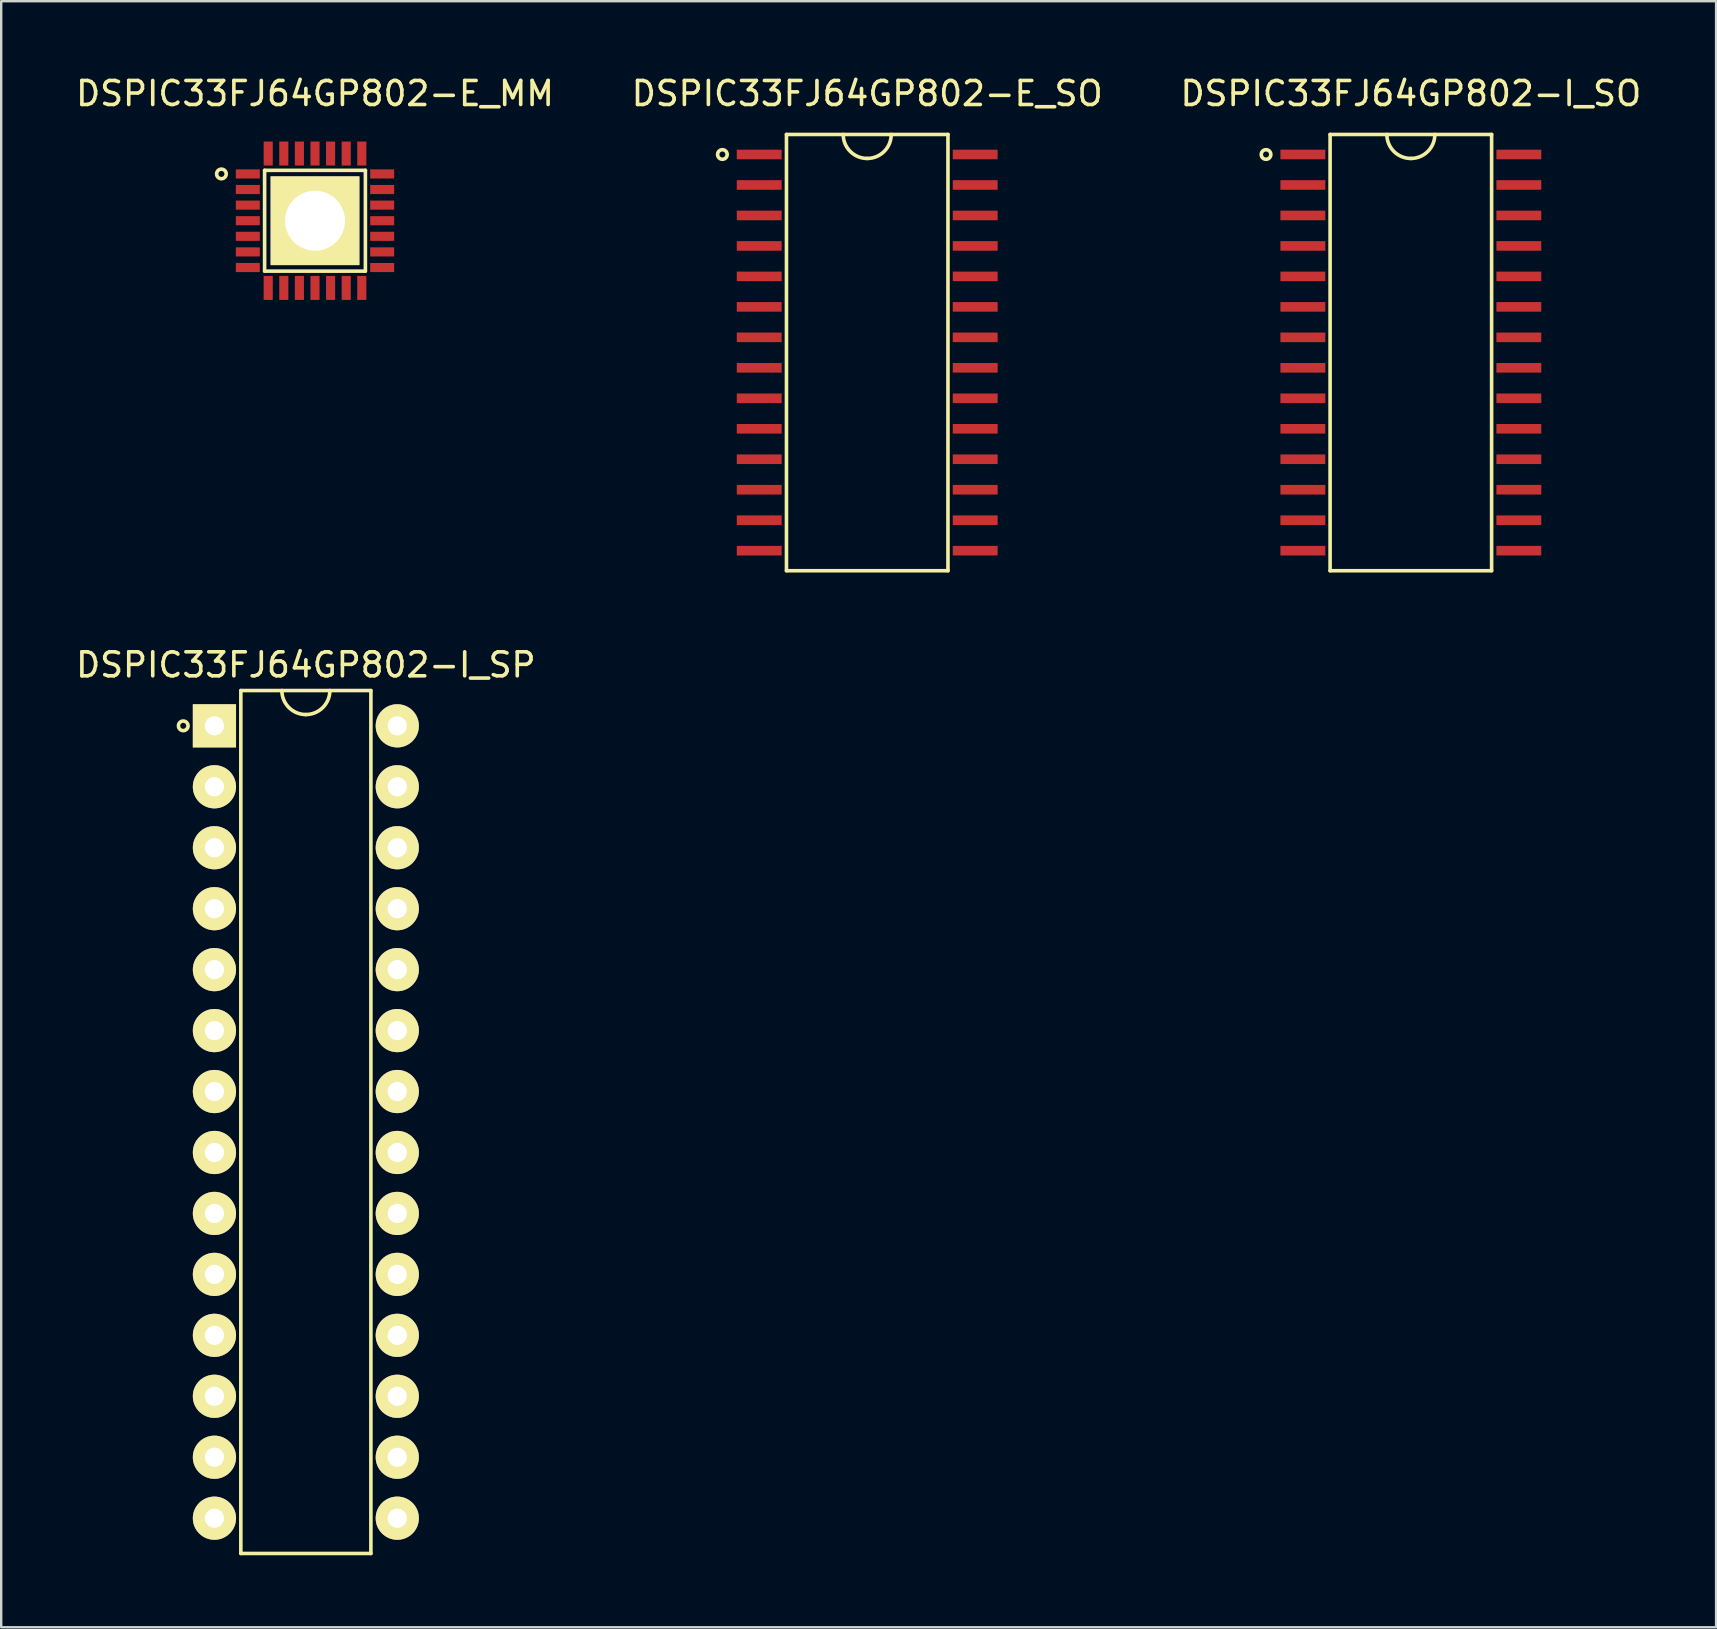
<source format=kicad_pcb>
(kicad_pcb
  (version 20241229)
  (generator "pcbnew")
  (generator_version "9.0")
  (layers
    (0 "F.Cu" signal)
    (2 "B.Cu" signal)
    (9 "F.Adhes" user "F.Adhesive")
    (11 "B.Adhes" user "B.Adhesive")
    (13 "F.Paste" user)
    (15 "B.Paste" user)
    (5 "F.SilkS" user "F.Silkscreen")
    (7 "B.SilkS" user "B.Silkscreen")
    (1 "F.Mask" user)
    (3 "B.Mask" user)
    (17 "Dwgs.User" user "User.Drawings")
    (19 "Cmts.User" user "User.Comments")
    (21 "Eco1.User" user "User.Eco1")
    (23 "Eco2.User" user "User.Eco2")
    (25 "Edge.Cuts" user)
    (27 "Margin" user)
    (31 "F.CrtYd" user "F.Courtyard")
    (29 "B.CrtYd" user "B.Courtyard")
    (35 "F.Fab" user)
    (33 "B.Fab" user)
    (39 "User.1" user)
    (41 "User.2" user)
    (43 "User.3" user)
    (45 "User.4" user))
  (footprint "DSPIC33FJ64GP802-I_SO"
    (layer "F.Cu")
    (at 51.244 3.388)
    (property "Reference" "DSPIC33FJ64GP802-I_SO" (at 4.5 -2.54 0) (layer "F.SilkS") (effects (font (size 1 1) (thickness 0.15))))
    (attr through_hole)
    (fp_line (start 1.135 -0.835) (end 7.865 -0.835) (stroke (width 0.15) (type solid)) (layer "F.SilkS"))
    (fp_line (start 1.135 17.345) (end 1.135 -0.835) (stroke (width 0.15) (type solid)) (layer "F.SilkS"))
    (fp_line (start 7.865 -0.835) (end 7.865 17.345) (stroke (width 0.15) (type solid)) (layer "F.SilkS"))
    (fp_line (start 7.865 17.345) (end 1.135 17.345) (stroke (width 0.15) (type solid)) (layer "F.SilkS"))
    (fp_arc (start 4.5 0.165) (mid 3.792893 -0.127893) (end 3.5 -0.835) (stroke (width 0.15) (type solid)) (layer "F.SilkS"))
    (fp_arc (start 5.5 -0.835) (mid 5.207107 -0.127893) (end 4.5 0.165) (stroke (width 0.15) (type solid)) (layer "F.SilkS"))
    (fp_circle (center -1.535 0) (end -1.535 0.2) (stroke (width 0.15) (type solid)) (fill no) (layer "F.SilkS"))
    (pad "1" smd rect (at 0 0) (size 1.87 0.4) (layers "F.Cu" "F.Mask" "F.Paste"))
    (pad "2" smd rect (at 0 1.27) (size 1.87 0.4) (layers "F.Cu" "F.Mask" "F.Paste"))
    (pad "3" smd rect (at 0 2.54) (size 1.87 0.4) (layers "F.Cu" "F.Mask" "F.Paste"))
    (pad "4" smd rect (at 0 3.81) (size 1.87 0.4) (layers "F.Cu" "F.Mask" "F.Paste"))
    (pad "5" smd rect (at 0 5.08) (size 1.87 0.4) (layers "F.Cu" "F.Mask" "F.Paste"))
    (pad "6" smd rect (at 0 6.35) (size 1.87 0.4) (layers "F.Cu" "F.Mask" "F.Paste"))
    (pad "7" smd rect (at 0 7.62) (size 1.87 0.4) (layers "F.Cu" "F.Mask" "F.Paste"))
    (pad "8" smd rect (at 0 8.89) (size 1.87 0.4) (layers "F.Cu" "F.Mask" "F.Paste"))
    (pad "9" smd rect (at 0 10.16) (size 1.87 0.4) (layers "F.Cu" "F.Mask" "F.Paste"))
    (pad "10" smd rect (at 0 11.43) (size 1.87 0.4) (layers "F.Cu" "F.Mask" "F.Paste"))
    (pad "11" smd rect (at 0 12.7) (size 1.87 0.4) (layers "F.Cu" "F.Mask" "F.Paste"))
    (pad "12" smd rect (at 0 13.97) (size 1.87 0.4) (layers "F.Cu" "F.Mask" "F.Paste"))
    (pad "13" smd rect (at 0 15.24) (size 1.87 0.4) (layers "F.Cu" "F.Mask" "F.Paste"))
    (pad "14" smd rect (at 0 16.51) (size 1.87 0.4) (layers "F.Cu" "F.Mask" "F.Paste"))
    (pad "15" smd rect (at 9 16.51) (size 1.87 0.4) (layers "F.Cu" "F.Mask" "F.Paste"))
    (pad "16" smd rect (at 9 15.24) (size 1.87 0.4) (layers "F.Cu" "F.Mask" "F.Paste"))
    (pad "17" smd rect (at 9 13.97) (size 1.87 0.4) (layers "F.Cu" "F.Mask" "F.Paste"))
    (pad "18" smd rect (at 9 12.7) (size 1.87 0.4) (layers "F.Cu" "F.Mask" "F.Paste"))
    (pad "19" smd rect (at 9 11.43) (size 1.87 0.4) (layers "F.Cu" "F.Mask" "F.Paste"))
    (pad "20" smd rect (at 9 10.16) (size 1.87 0.4) (layers "F.Cu" "F.Mask" "F.Paste"))
    (pad "21" smd rect (at 9 8.89) (size 1.87 0.4) (layers "F.Cu" "F.Mask" "F.Paste"))
    (pad "22" smd rect (at 9 7.62) (size 1.87 0.4) (layers "F.Cu" "F.Mask" "F.Paste"))
    (pad "23" smd rect (at 9 6.35) (size 1.87 0.4) (layers "F.Cu" "F.Mask" "F.Paste"))
    (pad "24" smd rect (at 9 5.08) (size 1.87 0.4) (layers "F.Cu" "F.Mask" "F.Paste"))
    (pad "25" smd rect (at 9 3.81) (size 1.87 0.4) (layers "F.Cu" "F.Mask" "F.Paste"))
    (pad "26" smd rect (at 9 2.54) (size 1.87 0.4) (layers "F.Cu" "F.Mask" "F.Paste"))
    (pad "27" smd rect (at 9 1.27) (size 1.87 0.4) (layers "F.Cu" "F.Mask" "F.Paste"))
    (pad "28" smd rect (at 9 0) (size 1.87 0.4) (layers "F.Cu" "F.Mask" "F.Paste")))
  (footprint "DSPIC33FJ64GP802-E_MM"
    (layer "F.Cu")
    (at 7.277 3.348)
    (property "Reference" "DSPIC33FJ64GP802-E_MM" (at 2.8 -2.5 0) (layer "F.SilkS") (effects (font (size 1 1) (thickness 0.15))))
    (attr through_hole)
    (fp_line (start 0.7 0.7) (end 0.7 4.9) (stroke (width 0.15) (type solid)) (layer "F.SilkS"))
    (fp_line (start 0.7 0.7) (end 4.9 0.7) (stroke (width 0.15) (type solid)) (layer "F.SilkS"))
    (fp_line (start 0.7 4.9) (end 4.9 4.9) (stroke (width 0.15) (type solid)) (layer "F.SilkS"))
    (fp_line (start 4.9 4.9) (end 4.9 0.7) (stroke (width 0.15) (type solid)) (layer "F.SilkS"))
    (fp_circle (center -1.1 0.85) (end -1.1 0.65) (stroke (width 0.15) (type solid)) (fill no) (layer "F.SilkS"))
    (fp_circle (center 1.7 1.7) (end 1.7 1.2) (stroke (width 0.15) (type solid)) (fill no) (layer "F.SilkS"))
    (pad "1" smd rect (at 0 0.85) (size 1 0.38) (layers "F.Cu" "F.Mask" "F.Paste"))
    (pad "2" smd rect (at 0 1.5) (size 1 0.38) (layers "F.Cu" "F.Mask" "F.Paste"))
    (pad "3" smd rect (at 0 2.15) (size 1 0.38) (layers "F.Cu" "F.Mask" "F.Paste"))
    (pad "4" smd rect (at 0 2.8) (size 1 0.38) (layers "F.Cu" "F.Mask" "F.Paste"))
    (pad "5" smd rect (at 0 3.45) (size 1 0.38) (layers "F.Cu" "F.Mask" "F.Paste"))
    (pad "6" smd rect (at 0 4.1) (size 1 0.38) (layers "F.Cu" "F.Mask" "F.Paste"))
    (pad "7" smd rect (at 0 4.75) (size 1 0.38) (layers "F.Cu" "F.Mask" "F.Paste"))
    (pad "8" smd rect (at 0.85 5.6) (size 0.38 1) (layers "F.Cu" "F.Mask" "F.Paste"))
    (pad "9" smd rect (at 1.5 5.6) (size 0.38 1) (layers "F.Cu" "F.Mask" "F.Paste"))
    (pad "10" smd rect (at 2.15 5.6) (size 0.38 1) (layers "F.Cu" "F.Mask" "F.Paste"))
    (pad "11" smd rect (at 2.8 5.6) (size 0.38 1) (layers "F.Cu" "F.Mask" "F.Paste"))
    (pad "12" smd rect (at 3.45 5.6) (size 0.38 1) (layers "F.Cu" "F.Mask" "F.Paste"))
    (pad "13" smd rect (at 4.1 5.6) (size 0.38 1) (layers "F.Cu" "F.Mask" "F.Paste"))
    (pad "14" smd rect (at 4.75 5.6) (size 0.38 1) (layers "F.Cu" "F.Mask" "F.Paste"))
    (pad "15" smd rect (at 5.6 4.75) (size 1 0.38) (layers "F.Cu" "F.Mask" "F.Paste"))
    (pad "16" smd rect (at 5.6 4.1) (size 1 0.38) (layers "F.Cu" "F.Mask" "F.Paste"))
    (pad "17" smd rect (at 5.6 3.45) (size 1 0.38) (layers "F.Cu" "F.Mask" "F.Paste"))
    (pad "18" smd rect (at 5.6 2.8) (size 1 0.38) (layers "F.Cu" "F.Mask" "F.Paste"))
    (pad "19" smd rect (at 5.6 2.15) (size 1 0.38) (layers "F.Cu" "F.Mask" "F.Paste"))
    (pad "20" smd rect (at 5.6 1.5) (size 1 0.38) (layers "F.Cu" "F.Mask" "F.Paste"))
    (pad "21" smd rect (at 5.6 0.85) (size 1 0.38) (layers "F.Cu" "F.Mask" "F.Paste"))
    (pad "22" smd rect (at 4.75 0) (size 0.38 1) (layers "F.Cu" "F.Mask" "F.Paste"))
    (pad "23" smd rect (at 4.1 0) (size 0.38 1) (layers "F.Cu" "F.Mask" "F.Paste"))
    (pad "24" smd rect (at 3.45 0) (size 0.38 1) (layers "F.Cu" "F.Mask" "F.Paste"))
    (pad "25" smd rect (at 2.8 0) (size 0.38 1) (layers "F.Cu" "F.Mask" "F.Paste"))
    (pad "26" smd rect (at 2.15 0) (size 0.38 1) (layers "F.Cu" "F.Mask" "F.Paste"))
    (pad "27" smd rect (at 1.5 0) (size 0.38 1) (layers "F.Cu" "F.Mask" "F.Paste"))
    (pad "28" smd rect (at 0.85 0) (size 0.38 1) (layers "F.Cu" "F.Mask" "F.Paste"))
    (pad "999" thru_hole rect (at 2.8 2.8) (size 3.7 3.7) (drill 2.5) (layers "*.Cu" "*.Mask" "F.SilkS")))
  (footprint "DSPIC33FJ64GP802-E_SO"
    (layer "F.Cu")
    (at 28.589 3.388)
    (property "Reference" "DSPIC33FJ64GP802-E_SO" (at 4.5 -2.54 0) (layer "F.SilkS") (effects (font (size 1 1) (thickness 0.15))))
    (attr through_hole)
    (fp_line (start 1.135 -0.835) (end 7.865 -0.835) (stroke (width 0.15) (type solid)) (layer "F.SilkS"))
    (fp_line (start 1.135 17.345) (end 1.135 -0.835) (stroke (width 0.15) (type solid)) (layer "F.SilkS"))
    (fp_line (start 7.865 -0.835) (end 7.865 17.345) (stroke (width 0.15) (type solid)) (layer "F.SilkS"))
    (fp_line (start 7.865 17.345) (end 1.135 17.345) (stroke (width 0.15) (type solid)) (layer "F.SilkS"))
    (fp_arc (start 4.5 0.165) (mid 3.792893 -0.127893) (end 3.5 -0.835) (stroke (width 0.15) (type solid)) (layer "F.SilkS"))
    (fp_arc (start 5.5 -0.835) (mid 5.207107 -0.127893) (end 4.5 0.165) (stroke (width 0.15) (type solid)) (layer "F.SilkS"))
    (fp_circle (center -1.535 0) (end -1.535 0.2) (stroke (width 0.15) (type solid)) (fill no) (layer "F.SilkS"))
    (pad "1" smd rect (at 0 0) (size 1.87 0.4) (layers "F.Cu" "F.Mask" "F.Paste"))
    (pad "2" smd rect (at 0 1.27) (size 1.87 0.4) (layers "F.Cu" "F.Mask" "F.Paste"))
    (pad "3" smd rect (at 0 2.54) (size 1.87 0.4) (layers "F.Cu" "F.Mask" "F.Paste"))
    (pad "4" smd rect (at 0 3.81) (size 1.87 0.4) (layers "F.Cu" "F.Mask" "F.Paste"))
    (pad "5" smd rect (at 0 5.08) (size 1.87 0.4) (layers "F.Cu" "F.Mask" "F.Paste"))
    (pad "6" smd rect (at 0 6.35) (size 1.87 0.4) (layers "F.Cu" "F.Mask" "F.Paste"))
    (pad "7" smd rect (at 0 7.62) (size 1.87 0.4) (layers "F.Cu" "F.Mask" "F.Paste"))
    (pad "8" smd rect (at 0 8.89) (size 1.87 0.4) (layers "F.Cu" "F.Mask" "F.Paste"))
    (pad "9" smd rect (at 0 10.16) (size 1.87 0.4) (layers "F.Cu" "F.Mask" "F.Paste"))
    (pad "10" smd rect (at 0 11.43) (size 1.87 0.4) (layers "F.Cu" "F.Mask" "F.Paste"))
    (pad "11" smd rect (at 0 12.7) (size 1.87 0.4) (layers "F.Cu" "F.Mask" "F.Paste"))
    (pad "12" smd rect (at 0 13.97) (size 1.87 0.4) (layers "F.Cu" "F.Mask" "F.Paste"))
    (pad "13" smd rect (at 0 15.24) (size 1.87 0.4) (layers "F.Cu" "F.Mask" "F.Paste"))
    (pad "14" smd rect (at 0 16.51) (size 1.87 0.4) (layers "F.Cu" "F.Mask" "F.Paste"))
    (pad "15" smd rect (at 9 16.51) (size 1.87 0.4) (layers "F.Cu" "F.Mask" "F.Paste"))
    (pad "16" smd rect (at 9 15.24) (size 1.87 0.4) (layers "F.Cu" "F.Mask" "F.Paste"))
    (pad "17" smd rect (at 9 13.97) (size 1.87 0.4) (layers "F.Cu" "F.Mask" "F.Paste"))
    (pad "18" smd rect (at 9 12.7) (size 1.87 0.4) (layers "F.Cu" "F.Mask" "F.Paste"))
    (pad "19" smd rect (at 9 11.43) (size 1.87 0.4) (layers "F.Cu" "F.Mask" "F.Paste"))
    (pad "20" smd rect (at 9 10.16) (size 1.87 0.4) (layers "F.Cu" "F.Mask" "F.Paste"))
    (pad "21" smd rect (at 9 8.89) (size 1.87 0.4) (layers "F.Cu" "F.Mask" "F.Paste"))
    (pad "22" smd rect (at 9 7.62) (size 1.87 0.4) (layers "F.Cu" "F.Mask" "F.Paste"))
    (pad "23" smd rect (at 9 6.35) (size 1.87 0.4) (layers "F.Cu" "F.Mask" "F.Paste"))
    (pad "24" smd rect (at 9 5.08) (size 1.87 0.4) (layers "F.Cu" "F.Mask" "F.Paste"))
    (pad "25" smd rect (at 9 3.81) (size 1.87 0.4) (layers "F.Cu" "F.Mask" "F.Paste"))
    (pad "26" smd rect (at 9 2.54) (size 1.87 0.4) (layers "F.Cu" "F.Mask" "F.Paste"))
    (pad "27" smd rect (at 9 1.27) (size 1.87 0.4) (layers "F.Cu" "F.Mask" "F.Paste"))
    (pad "28" smd rect (at 9 0) (size 1.87 0.4) (layers "F.Cu" "F.Mask" "F.Paste")))
  (footprint "DSPIC33FJ64GP802-I_SP"
    (layer "F.Cu")
    (at 5.886 27.197)
    (property "Reference" "DSPIC33FJ64GP802-I_SP" (at 3.81 -2.54 0) (layer "F.SilkS") (effects (font (size 1 1) (thickness 0.15))))
    (attr through_hole)
    (fp_line (start 1.1 -1.47) (end 6.52 -1.47) (stroke (width 0.15) (type solid)) (layer "F.SilkS"))
    (fp_line (start 1.1 34.49) (end 1.1 -1.47) (stroke (width 0.15) (type solid)) (layer "F.SilkS"))
    (fp_line (start 6.52 -1.47) (end 6.52 34.49) (stroke (width 0.15) (type solid)) (layer "F.SilkS"))
    (fp_line (start 6.52 34.49) (end 1.1 34.49) (stroke (width 0.15) (type solid)) (layer "F.SilkS"))
    (fp_arc (start 3.81 -0.47) (mid 3.102893 -0.762893) (end 2.81 -1.47) (stroke (width 0.15) (type solid)) (layer "F.SilkS"))
    (fp_arc (start 4.81 -1.47) (mid 4.517107 -0.762893) (end 3.81 -0.47) (stroke (width 0.15) (type solid)) (layer "F.SilkS"))
    (fp_circle (center -1.3 0) (end -1.3 0.2) (stroke (width 0.15) (type solid)) (fill no) (layer "F.SilkS"))
    (pad "1" thru_hole rect (at 0 0) (size 1.8 1.8) (drill 0.8) (layers "*.Cu" "*.Mask" "F.SilkS"))
    (pad "2" thru_hole circle (at 0 2.54) (size 1.8 1.8) (drill 0.8) (layers "*.Cu" "*.Mask" "F.SilkS"))
    (pad "3" thru_hole circle (at 0 5.08) (size 1.8 1.8) (drill 0.8) (layers "*.Cu" "*.Mask" "F.SilkS"))
    (pad "4" thru_hole circle (at 0 7.62) (size 1.8 1.8) (drill 0.8) (layers "*.Cu" "*.Mask" "F.SilkS"))
    (pad "5" thru_hole circle (at 0 10.16) (size 1.8 1.8) (drill 0.8) (layers "*.Cu" "*.Mask" "F.SilkS"))
    (pad "6" thru_hole circle (at 0 12.7) (size 1.8 1.8) (drill 0.8) (layers "*.Cu" "*.Mask" "F.SilkS"))
    (pad "7" thru_hole circle (at 0 15.24) (size 1.8 1.8) (drill 0.8) (layers "*.Cu" "*.Mask" "F.SilkS"))
    (pad "8" thru_hole circle (at 0 17.78) (size 1.8 1.8) (drill 0.8) (layers "*.Cu" "*.Mask" "F.SilkS"))
    (pad "9" thru_hole circle (at 0 20.32) (size 1.8 1.8) (drill 0.8) (layers "*.Cu" "*.Mask" "F.SilkS"))
    (pad "10" thru_hole circle (at 0 22.86) (size 1.8 1.8) (drill 0.8) (layers "*.Cu" "*.Mask" "F.SilkS"))
    (pad "11" thru_hole circle (at 0 25.4) (size 1.8 1.8) (drill 0.8) (layers "*.Cu" "*.Mask" "F.SilkS"))
    (pad "12" thru_hole circle (at 0 27.94) (size 1.8 1.8) (drill 0.8) (layers "*.Cu" "*.Mask" "F.SilkS"))
    (pad "13" thru_hole circle (at 0 30.48) (size 1.8 1.8) (drill 0.8) (layers "*.Cu" "*.Mask" "F.SilkS"))
    (pad "14" thru_hole circle (at 0 33.02) (size 1.8 1.8) (drill 0.8) (layers "*.Cu" "*.Mask" "F.SilkS"))
    (pad "15" thru_hole circle (at 7.62 33.02) (size 1.8 1.8) (drill 0.8) (layers "*.Cu" "*.Mask" "F.SilkS"))
    (pad "16" thru_hole circle (at 7.62 30.48) (size 1.8 1.8) (drill 0.8) (layers "*.Cu" "*.Mask" "F.SilkS"))
    (pad "17" thru_hole circle (at 7.62 27.94) (size 1.8 1.8) (drill 0.8) (layers "*.Cu" "*.Mask" "F.SilkS"))
    (pad "18" thru_hole circle (at 7.62 25.4) (size 1.8 1.8) (drill 0.8) (layers "*.Cu" "*.Mask" "F.SilkS"))
    (pad "19" thru_hole circle (at 7.62 22.86) (size 1.8 1.8) (drill 0.8) (layers "*.Cu" "*.Mask" "F.SilkS"))
    (pad "20" thru_hole circle (at 7.62 20.32) (size 1.8 1.8) (drill 0.8) (layers "*.Cu" "*.Mask" "F.SilkS"))
    (pad "21" thru_hole circle (at 7.62 17.78) (size 1.8 1.8) (drill 0.8) (layers "*.Cu" "*.Mask" "F.SilkS"))
    (pad "22" thru_hole circle (at 7.62 15.24) (size 1.8 1.8) (drill 0.8) (layers "*.Cu" "*.Mask" "F.SilkS"))
    (pad "23" thru_hole circle (at 7.62 12.7) (size 1.8 1.8) (drill 0.8) (layers "*.Cu" "*.Mask" "F.SilkS"))
    (pad "24" thru_hole circle (at 7.62 10.16) (size 1.8 1.8) (drill 0.8) (layers "*.Cu" "*.Mask" "F.SilkS"))
    (pad "25" thru_hole circle (at 7.62 7.62) (size 1.8 1.8) (drill 0.8) (layers "*.Cu" "*.Mask" "F.SilkS"))
    (pad "26" thru_hole circle (at 7.62 5.08) (size 1.8 1.8) (drill 0.8) (layers "*.Cu" "*.Mask" "F.SilkS"))
    (pad "27" thru_hole circle (at 7.62 2.54) (size 1.8 1.8) (drill 0.8) (layers "*.Cu" "*.Mask" "F.SilkS"))
    (pad "28" thru_hole circle (at 7.62 0) (size 1.8 1.8) (drill 0.8) (layers "*.Cu" "*.Mask" "F.SilkS")))
  (gr_rect
    (start -3 -3)
    (end 68.464 64.761)
    (stroke (width 0.1) (type default))
    (fill no)
    (layer "Edge.Cuts")))
</source>
